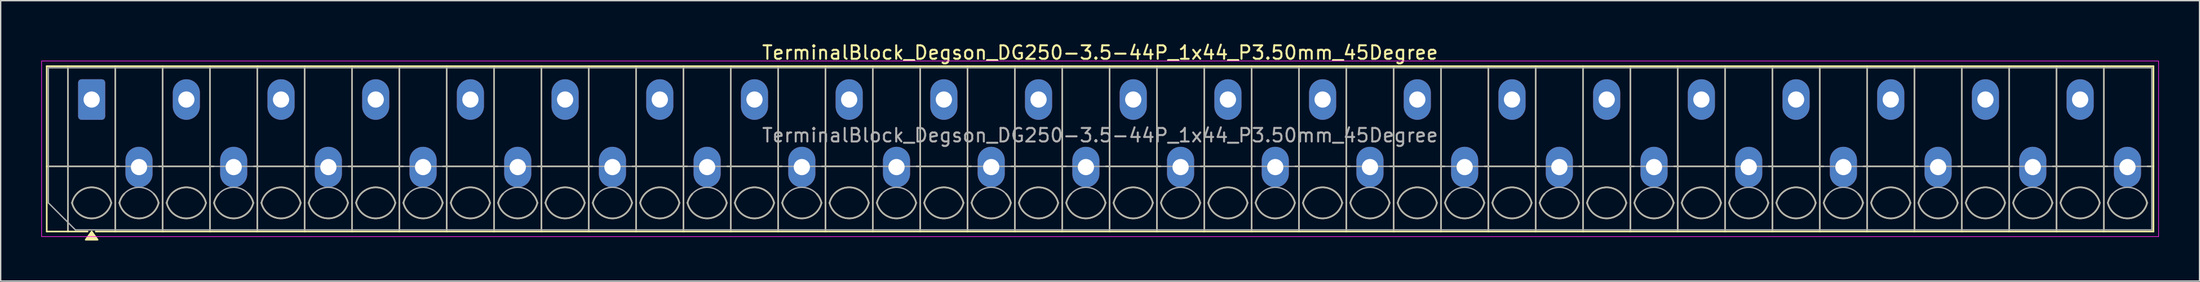
<source format=kicad_pcb>
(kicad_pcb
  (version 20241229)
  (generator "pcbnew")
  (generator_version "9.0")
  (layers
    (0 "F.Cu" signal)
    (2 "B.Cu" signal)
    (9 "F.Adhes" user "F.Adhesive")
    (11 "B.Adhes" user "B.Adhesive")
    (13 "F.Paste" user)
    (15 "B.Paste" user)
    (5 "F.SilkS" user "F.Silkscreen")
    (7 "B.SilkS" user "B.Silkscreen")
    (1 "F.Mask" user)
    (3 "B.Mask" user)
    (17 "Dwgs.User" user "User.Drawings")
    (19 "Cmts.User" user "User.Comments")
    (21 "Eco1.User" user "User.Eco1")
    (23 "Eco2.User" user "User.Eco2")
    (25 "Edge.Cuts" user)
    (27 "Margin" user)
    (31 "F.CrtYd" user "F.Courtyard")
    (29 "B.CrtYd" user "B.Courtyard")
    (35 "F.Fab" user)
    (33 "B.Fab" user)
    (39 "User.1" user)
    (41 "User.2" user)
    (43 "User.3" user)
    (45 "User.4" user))
  (footprint "TerminalBlock_Degson_DG250-3.5-44P_1x44_P3.50mm_45Degree"
    (layer "F.Cu")
    (at 3.725 4.318)
    (property "Reference" "TerminalBlock_Degson_DG250-3.5-44P_1x44_P3.50mm_45Degree" (at 74.55 -3.47 0) (layer "F.SilkS") (effects (font (size 1 1) (thickness 0.15))))
    (attr through_hole)
    (fp_line (start -3.32 -2.47) (end 152.42 -2.47) (stroke (width 0.12) (type solid)) (layer "F.SilkS"))
    (fp_line (start -3.32 4.95) (end 2.02 4.95) (stroke (width 0.12) (type solid)) (layer "F.SilkS"))
    (fp_line (start -3.32 9.77) (end -3.32 -2.47) (stroke (width 0.12) (type solid)) (layer "F.SilkS"))
    (fp_line (start -1.75 -2.47) (end -1.75 9.77) (stroke (width 0.12) (type solid)) (layer "F.SilkS"))
    (fp_line (start -0.3 9.77) (end -3.32 9.77) (stroke (width 0.12) (type solid)) (layer "F.SilkS"))
    (fp_line (start 1.75 -2.47) (end 1.75 9.77) (stroke (width 0.12) (type solid)) (layer "F.SilkS"))
    (fp_line (start 4.98 4.95) (end 9.02 4.95) (stroke (width 0.12) (type solid)) (layer "F.SilkS"))
    (fp_line (start 5.25 -2.47) (end 5.25 9.77) (stroke (width 0.12) (type solid)) (layer "F.SilkS"))
    (fp_line (start 8.75 -2.47) (end 8.75 9.77) (stroke (width 0.12) (type solid)) (layer "F.SilkS"))
    (fp_line (start 11.98 4.95) (end 16.02 4.95) (stroke (width 0.12) (type solid)) (layer "F.SilkS"))
    (fp_line (start 12.25 -2.47) (end 12.25 9.77) (stroke (width 0.12) (type solid)) (layer "F.SilkS"))
    (fp_line (start 15.75 -2.47) (end 15.75 9.77) (stroke (width 0.12) (type solid)) (layer "F.SilkS"))
    (fp_line (start 18.98 4.95) (end 23.02 4.95) (stroke (width 0.12) (type solid)) (layer "F.SilkS"))
    (fp_line (start 19.25 -2.47) (end 19.25 9.77) (stroke (width 0.12) (type solid)) (layer "F.SilkS"))
    (fp_line (start 22.75 -2.47) (end 22.75 9.77) (stroke (width 0.12) (type solid)) (layer "F.SilkS"))
    (fp_line (start 25.98 4.95) (end 30.02 4.95) (stroke (width 0.12) (type solid)) (layer "F.SilkS"))
    (fp_line (start 26.25 -2.47) (end 26.25 9.77) (stroke (width 0.12) (type solid)) (layer "F.SilkS"))
    (fp_line (start 29.75 -2.47) (end 29.75 9.77) (stroke (width 0.12) (type solid)) (layer "F.SilkS"))
    (fp_line (start 32.98 4.95) (end 37.02 4.95) (stroke (width 0.12) (type solid)) (layer "F.SilkS"))
    (fp_line (start 33.25 -2.47) (end 33.25 9.77) (stroke (width 0.12) (type solid)) (layer "F.SilkS"))
    (fp_line (start 36.75 -2.47) (end 36.75 9.77) (stroke (width 0.12) (type solid)) (layer "F.SilkS"))
    (fp_line (start 39.98 4.95) (end 44.02 4.95) (stroke (width 0.12) (type solid)) (layer "F.SilkS"))
    (fp_line (start 40.25 -2.47) (end 40.25 9.77) (stroke (width 0.12) (type solid)) (layer "F.SilkS"))
    (fp_line (start 43.75 -2.47) (end 43.75 9.77) (stroke (width 0.12) (type solid)) (layer "F.SilkS"))
    (fp_line (start 46.98 4.95) (end 51.02 4.95) (stroke (width 0.12) (type solid)) (layer "F.SilkS"))
    (fp_line (start 47.25 -2.47) (end 47.25 9.77) (stroke (width 0.12) (type solid)) (layer "F.SilkS"))
    (fp_line (start 50.75 -2.47) (end 50.75 9.77) (stroke (width 0.12) (type solid)) (layer "F.SilkS"))
    (fp_line (start 53.98 4.95) (end 58.02 4.95) (stroke (width 0.12) (type solid)) (layer "F.SilkS"))
    (fp_line (start 54.25 -2.47) (end 54.25 9.77) (stroke (width 0.12) (type solid)) (layer "F.SilkS"))
    (fp_line (start 57.75 -2.47) (end 57.75 9.77) (stroke (width 0.12) (type solid)) (layer "F.SilkS"))
    (fp_line (start 60.98 4.95) (end 65.02 4.95) (stroke (width 0.12) (type solid)) (layer "F.SilkS"))
    (fp_line (start 61.25 -2.47) (end 61.25 9.77) (stroke (width 0.12) (type solid)) (layer "F.SilkS"))
    (fp_line (start 64.75 -2.47) (end 64.75 9.77) (stroke (width 0.12) (type solid)) (layer "F.SilkS"))
    (fp_line (start 67.98 4.95) (end 72.02 4.95) (stroke (width 0.12) (type solid)) (layer "F.SilkS"))
    (fp_line (start 68.25 -2.47) (end 68.25 9.77) (stroke (width 0.12) (type solid)) (layer "F.SilkS"))
    (fp_line (start 71.75 -2.47) (end 71.75 9.77) (stroke (width 0.12) (type solid)) (layer "F.SilkS"))
    (fp_line (start 74.98 4.95) (end 79.02 4.95) (stroke (width 0.12) (type solid)) (layer "F.SilkS"))
    (fp_line (start 75.25 -2.47) (end 75.25 9.77) (stroke (width 0.12) (type solid)) (layer "F.SilkS"))
    (fp_line (start 78.75 -2.47) (end 78.75 9.77) (stroke (width 0.12) (type solid)) (layer "F.SilkS"))
    (fp_line (start 81.98 4.95) (end 86.02 4.95) (stroke (width 0.12) (type solid)) (layer "F.SilkS"))
    (fp_line (start 82.25 -2.47) (end 82.25 9.77) (stroke (width 0.12) (type solid)) (layer "F.SilkS"))
    (fp_line (start 85.75 -2.47) (end 85.75 9.77) (stroke (width 0.12) (type solid)) (layer "F.SilkS"))
    (fp_line (start 88.98 4.95) (end 93.02 4.95) (stroke (width 0.12) (type solid)) (layer "F.SilkS"))
    (fp_line (start 89.25 -2.47) (end 89.25 9.77) (stroke (width 0.12) (type solid)) (layer "F.SilkS"))
    (fp_line (start 92.75 -2.47) (end 92.75 9.77) (stroke (width 0.12) (type solid)) (layer "F.SilkS"))
    (fp_line (start 95.98 4.95) (end 100.02 4.95) (stroke (width 0.12) (type solid)) (layer "F.SilkS"))
    (fp_line (start 96.25 -2.47) (end 96.25 9.77) (stroke (width 0.12) (type solid)) (layer "F.SilkS"))
    (fp_line (start 99.75 -2.47) (end 99.75 9.77) (stroke (width 0.12) (type solid)) (layer "F.SilkS"))
    (fp_line (start 102.98 4.95) (end 107.02 4.95) (stroke (width 0.12) (type solid)) (layer "F.SilkS"))
    (fp_line (start 103.25 -2.47) (end 103.25 9.77) (stroke (width 0.12) (type solid)) (layer "F.SilkS"))
    (fp_line (start 106.75 -2.47) (end 106.75 9.77) (stroke (width 0.12) (type solid)) (layer "F.SilkS"))
    (fp_line (start 109.98 4.95) (end 114.02 4.95) (stroke (width 0.12) (type solid)) (layer "F.SilkS"))
    (fp_line (start 110.25 -2.47) (end 110.25 9.77) (stroke (width 0.12) (type solid)) (layer "F.SilkS"))
    (fp_line (start 113.75 -2.47) (end 113.75 9.77) (stroke (width 0.12) (type solid)) (layer "F.SilkS"))
    (fp_line (start 116.98 4.95) (end 121.02 4.95) (stroke (width 0.12) (type solid)) (layer "F.SilkS"))
    (fp_line (start 117.25 -2.47) (end 117.25 9.77) (stroke (width 0.12) (type solid)) (layer "F.SilkS"))
    (fp_line (start 120.75 -2.47) (end 120.75 9.77) (stroke (width 0.12) (type solid)) (layer "F.SilkS"))
    (fp_line (start 123.98 4.95) (end 128.02 4.95) (stroke (width 0.12) (type solid)) (layer "F.SilkS"))
    (fp_line (start 124.25 -2.47) (end 124.25 9.77) (stroke (width 0.12) (type solid)) (layer "F.SilkS"))
    (fp_line (start 127.75 -2.47) (end 127.75 9.77) (stroke (width 0.12) (type solid)) (layer "F.SilkS"))
    (fp_line (start 130.98 4.95) (end 135.02 4.95) (stroke (width 0.12) (type solid)) (layer "F.SilkS"))
    (fp_line (start 131.25 -2.47) (end 131.25 9.77) (stroke (width 0.12) (type solid)) (layer "F.SilkS"))
    (fp_line (start 134.75 -2.47) (end 134.75 9.77) (stroke (width 0.12) (type solid)) (layer "F.SilkS"))
    (fp_line (start 137.98 4.95) (end 142.02 4.95) (stroke (width 0.12) (type solid)) (layer "F.SilkS"))
    (fp_line (start 138.25 -2.47) (end 138.25 9.77) (stroke (width 0.12) (type solid)) (layer "F.SilkS"))
    (fp_line (start 141.75 -2.47) (end 141.75 9.77) (stroke (width 0.12) (type solid)) (layer "F.SilkS"))
    (fp_line (start 144.98 4.95) (end 149.02 4.95) (stroke (width 0.12) (type solid)) (layer "F.SilkS"))
    (fp_line (start 145.25 -2.47) (end 145.25 9.77) (stroke (width 0.12) (type solid)) (layer "F.SilkS"))
    (fp_line (start 148.75 -2.47) (end 148.75 9.77) (stroke (width 0.12) (type solid)) (layer "F.SilkS"))
    (fp_line (start 151.98 4.95) (end 152.42 4.95) (stroke (width 0.12) (type solid)) (layer "F.SilkS"))
    (fp_line (start 152.42 -2.47) (end 152.42 9.77) (stroke (width 0.12) (type solid)) (layer "F.SilkS"))
    (fp_line (start 152.42 9.77) (end 0.3 9.77) (stroke (width 0.12) (type solid)) (layer "F.SilkS"))
    (fp_arc (start -1.45 7.65) (mid 0 6.5) (end 1.45 7.65) (stroke (width 0.12) (type solid)) (layer "F.SilkS"))
    (fp_arc (start 1.45 7.65) (mid 0 8.8) (end -1.45 7.65) (stroke (width 0.12) (type solid)) (layer "F.SilkS"))
    (fp_arc (start 2.05 7.65) (mid 2.18402 7.291962) (end 2.405 6.98) (stroke (width 0.12) (type solid)) (layer "F.SilkS"))
    (fp_arc (start 4.595 6.98) (mid 4.81598 7.291962) (end 4.95 7.65) (stroke (width 0.12) (type solid)) (layer "F.SilkS"))
    (fp_arc (start 4.95 7.65) (mid 3.5 8.8) (end 2.05 7.65) (stroke (width 0.12) (type solid)) (layer "F.SilkS"))
    (fp_arc (start 5.55 7.65) (mid 7 6.5) (end 8.45 7.65) (stroke (width 0.12) (type solid)) (layer "F.SilkS"))
    (fp_arc (start 8.45 7.65) (mid 7 8.8) (end 5.55 7.65) (stroke (width 0.12) (type solid)) (layer "F.SilkS"))
    (fp_arc (start 9.05 7.65) (mid 9.18402 7.291962) (end 9.405 6.98) (stroke (width 0.12) (type solid)) (layer "F.SilkS"))
    (fp_arc (start 11.595 6.98) (mid 11.81598 7.291962) (end 11.95 7.65) (stroke (width 0.12) (type solid)) (layer "F.SilkS"))
    (fp_arc (start 11.95 7.65) (mid 10.5 8.8) (end 9.05 7.65) (stroke (width 0.12) (type solid)) (layer "F.SilkS"))
    (fp_arc (start 12.55 7.65) (mid 14 6.5) (end 15.45 7.65) (stroke (width 0.12) (type solid)) (layer "F.SilkS"))
    (fp_arc (start 15.45 7.65) (mid 14 8.8) (end 12.55 7.65) (stroke (width 0.12) (type solid)) (layer "F.SilkS"))
    (fp_arc (start 16.05 7.65) (mid 16.18402 7.291962) (end 16.405 6.98) (stroke (width 0.12) (type solid)) (layer "F.SilkS"))
    (fp_arc (start 18.595 6.98) (mid 18.81598 7.291962) (end 18.95 7.65) (stroke (width 0.12) (type solid)) (layer "F.SilkS"))
    (fp_arc (start 18.95 7.65) (mid 17.5 8.8) (end 16.05 7.65) (stroke (width 0.12) (type solid)) (layer "F.SilkS"))
    (fp_arc (start 19.55 7.65) (mid 21 6.5) (end 22.45 7.65) (stroke (width 0.12) (type solid)) (layer "F.SilkS"))
    (fp_arc (start 22.45 7.65) (mid 21 8.8) (end 19.55 7.65) (stroke (width 0.12) (type solid)) (layer "F.SilkS"))
    (fp_arc (start 23.05 7.65) (mid 23.18402 7.291962) (end 23.405 6.98) (stroke (width 0.12) (type solid)) (layer "F.SilkS"))
    (fp_arc (start 25.595 6.98) (mid 25.81598 7.291962) (end 25.95 7.65) (stroke (width 0.12) (type solid)) (layer "F.SilkS"))
    (fp_arc (start 25.95 7.65) (mid 24.5 8.8) (end 23.05 7.65) (stroke (width 0.12) (type solid)) (layer "F.SilkS"))
    (fp_arc (start 26.55 7.65) (mid 28 6.5) (end 29.45 7.65) (stroke (width 0.12) (type solid)) (layer "F.SilkS"))
    (fp_arc (start 29.45 7.65) (mid 28 8.8) (end 26.55 7.65) (stroke (width 0.12) (type solid)) (layer "F.SilkS"))
    (fp_arc (start 30.05 7.65) (mid 30.18402 7.291962) (end 30.405 6.98) (stroke (width 0.12) (type solid)) (layer "F.SilkS"))
    (fp_arc (start 32.595 6.98) (mid 32.81598 7.291962) (end 32.95 7.65) (stroke (width 0.12) (type solid)) (layer "F.SilkS"))
    (fp_arc (start 32.95 7.65) (mid 31.5 8.8) (end 30.05 7.65) (stroke (width 0.12) (type solid)) (layer "F.SilkS"))
    (fp_arc (start 33.55 7.65) (mid 35 6.5) (end 36.45 7.65) (stroke (width 0.12) (type solid)) (layer "F.SilkS"))
    (fp_arc (start 36.45 7.65) (mid 35 8.8) (end 33.55 7.65) (stroke (width 0.12) (type solid)) (layer "F.SilkS"))
    (fp_arc (start 37.05 7.65) (mid 37.18402 7.291962) (end 37.405 6.98) (stroke (width 0.12) (type solid)) (layer "F.SilkS"))
    (fp_arc (start 39.595 6.98) (mid 39.81598 7.291962) (end 39.95 7.65) (stroke (width 0.12) (type solid)) (layer "F.SilkS"))
    (fp_arc (start 39.95 7.65) (mid 38.5 8.8) (end 37.05 7.65) (stroke (width 0.12) (type solid)) (layer "F.SilkS"))
    (fp_arc (start 40.55 7.65) (mid 42 6.5) (end 43.45 7.65) (stroke (width 0.12) (type solid)) (layer "F.SilkS"))
    (fp_arc (start 43.45 7.65) (mid 42 8.8) (end 40.55 7.65) (stroke (width 0.12) (type solid)) (layer "F.SilkS"))
    (fp_arc (start 44.05 7.65) (mid 44.18402 7.291962) (end 44.405 6.98) (stroke (width 0.12) (type solid)) (layer "F.SilkS"))
    (fp_arc (start 46.595 6.98) (mid 46.81598 7.291962) (end 46.95 7.65) (stroke (width 0.12) (type solid)) (layer "F.SilkS"))
    (fp_arc (start 46.95 7.65) (mid 45.5 8.8) (end 44.05 7.65) (stroke (width 0.12) (type solid)) (layer "F.SilkS"))
    (fp_arc (start 47.55 7.65) (mid 49 6.5) (end 50.45 7.65) (stroke (width 0.12) (type solid)) (layer "F.SilkS"))
    (fp_arc (start 50.45 7.65) (mid 49 8.8) (end 47.55 7.65) (stroke (width 0.12) (type solid)) (layer "F.SilkS"))
    (fp_arc (start 51.05 7.65) (mid 51.18402 7.291962) (end 51.405 6.98) (stroke (width 0.12) (type solid)) (layer "F.SilkS"))
    (fp_arc (start 53.595 6.98) (mid 53.81598 7.291962) (end 53.95 7.65) (stroke (width 0.12) (type solid)) (layer "F.SilkS"))
    (fp_arc (start 53.95 7.65) (mid 52.5 8.8) (end 51.05 7.65) (stroke (width 0.12) (type solid)) (layer "F.SilkS"))
    (fp_arc (start 54.55 7.65) (mid 56 6.5) (end 57.45 7.65) (stroke (width 0.12) (type solid)) (layer "F.SilkS"))
    (fp_arc (start 57.45 7.65) (mid 56 8.8) (end 54.55 7.65) (stroke (width 0.12) (type solid)) (layer "F.SilkS"))
    (fp_arc (start 58.05 7.65) (mid 58.18402 7.291962) (end 58.405 6.98) (stroke (width 0.12) (type solid)) (layer "F.SilkS"))
    (fp_arc (start 60.595 6.98) (mid 60.81598 7.291962) (end 60.95 7.65) (stroke (width 0.12) (type solid)) (layer "F.SilkS"))
    (fp_arc (start 60.95 7.65) (mid 59.5 8.8) (end 58.05 7.65) (stroke (width 0.12) (type solid)) (layer "F.SilkS"))
    (fp_arc (start 61.55 7.65) (mid 63 6.5) (end 64.45 7.65) (stroke (width 0.12) (type solid)) (layer "F.SilkS"))
    (fp_arc (start 64.45 7.65) (mid 63 8.8) (end 61.55 7.65) (stroke (width 0.12) (type solid)) (layer "F.SilkS"))
    (fp_arc (start 65.05 7.65) (mid 65.18402 7.291962) (end 65.405 6.98) (stroke (width 0.12) (type solid)) (layer "F.SilkS"))
    (fp_arc (start 67.595 6.98) (mid 67.81598 7.291962) (end 67.95 7.65) (stroke (width 0.12) (type solid)) (layer "F.SilkS"))
    (fp_arc (start 67.95 7.65) (mid 66.5 8.8) (end 65.05 7.65) (stroke (width 0.12) (type solid)) (layer "F.SilkS"))
    (fp_arc (start 68.55 7.65) (mid 70 6.5) (end 71.45 7.65) (stroke (width 0.12) (type solid)) (layer "F.SilkS"))
    (fp_arc (start 71.45 7.65) (mid 70 8.8) (end 68.55 7.65) (stroke (width 0.12) (type solid)) (layer "F.SilkS"))
    (fp_arc (start 72.05 7.65) (mid 72.18402 7.291962) (end 72.405 6.98) (stroke (width 0.12) (type solid)) (layer "F.SilkS"))
    (fp_arc (start 74.595 6.98) (mid 74.81598 7.291962) (end 74.95 7.65) (stroke (width 0.12) (type solid)) (layer "F.SilkS"))
    (fp_arc (start 74.95 7.65) (mid 73.5 8.8) (end 72.05 7.65) (stroke (width 0.12) (type solid)) (layer "F.SilkS"))
    (fp_arc (start 75.55 7.65) (mid 77 6.5) (end 78.45 7.65) (stroke (width 0.12) (type solid)) (layer "F.SilkS"))
    (fp_arc (start 78.45 7.65) (mid 77 8.8) (end 75.55 7.65) (stroke (width 0.12) (type solid)) (layer "F.SilkS"))
    (fp_arc (start 79.05 7.65) (mid 79.18402 7.291962) (end 79.405 6.98) (stroke (width 0.12) (type solid)) (layer "F.SilkS"))
    (fp_arc (start 81.595 6.98) (mid 81.81598 7.291962) (end 81.95 7.65) (stroke (width 0.12) (type solid)) (layer "F.SilkS"))
    (fp_arc (start 81.95 7.65) (mid 80.5 8.8) (end 79.05 7.65) (stroke (width 0.12) (type solid)) (layer "F.SilkS"))
    (fp_arc (start 82.55 7.65) (mid 84 6.5) (end 85.45 7.65) (stroke (width 0.12) (type solid)) (layer "F.SilkS"))
    (fp_arc (start 85.45 7.65) (mid 84 8.8) (end 82.55 7.65) (stroke (width 0.12) (type solid)) (layer "F.SilkS"))
    (fp_arc (start 86.05 7.65) (mid 86.18402 7.291962) (end 86.405 6.98) (stroke (width 0.12) (type solid)) (layer "F.SilkS"))
    (fp_arc (start 88.595 6.98) (mid 88.81598 7.291962) (end 88.95 7.65) (stroke (width 0.12) (type solid)) (layer "F.SilkS"))
    (fp_arc (start 88.95 7.65) (mid 87.5 8.8) (end 86.05 7.65) (stroke (width 0.12) (type solid)) (layer "F.SilkS"))
    (fp_arc (start 89.55 7.65) (mid 91 6.5) (end 92.45 7.65) (stroke (width 0.12) (type solid)) (layer "F.SilkS"))
    (fp_arc (start 92.45 7.65) (mid 91 8.8) (end 89.55 7.65) (stroke (width 0.12) (type solid)) (layer "F.SilkS"))
    (fp_arc (start 93.05 7.65) (mid 93.18402 7.291962) (end 93.405 6.98) (stroke (width 0.12) (type solid)) (layer "F.SilkS"))
    (fp_arc (start 95.595 6.98) (mid 95.81598 7.291962) (end 95.95 7.65) (stroke (width 0.12) (type solid)) (layer "F.SilkS"))
    (fp_arc (start 95.95 7.65) (mid 94.5 8.8) (end 93.05 7.65) (stroke (width 0.12) (type solid)) (layer "F.SilkS"))
    (fp_arc (start 96.55 7.65) (mid 98 6.5) (end 99.45 7.65) (stroke (width 0.12) (type solid)) (layer "F.SilkS"))
    (fp_arc (start 99.45 7.65) (mid 98 8.8) (end 96.55 7.65) (stroke (width 0.12) (type solid)) (layer "F.SilkS"))
    (fp_arc (start 100.05 7.65) (mid 100.18402 7.291962) (end 100.405 6.98) (stroke (width 0.12) (type solid)) (layer "F.SilkS"))
    (fp_arc (start 102.595 6.98) (mid 102.81598 7.291962) (end 102.95 7.65) (stroke (width 0.12) (type solid)) (layer "F.SilkS"))
    (fp_arc (start 102.95 7.65) (mid 101.5 8.8) (end 100.05 7.65) (stroke (width 0.12) (type solid)) (layer "F.SilkS"))
    (fp_arc (start 103.55 7.65) (mid 105 6.5) (end 106.45 7.65) (stroke (width 0.12) (type solid)) (layer "F.SilkS"))
    (fp_arc (start 106.45 7.65) (mid 105 8.8) (end 103.55 7.65) (stroke (width 0.12) (type solid)) (layer "F.SilkS"))
    (fp_arc (start 107.05 7.65) (mid 107.18402 7.291962) (end 107.405 6.98) (stroke (width 0.12) (type solid)) (layer "F.SilkS"))
    (fp_arc (start 109.595 6.98) (mid 109.81598 7.291962) (end 109.95 7.65) (stroke (width 0.12) (type solid)) (layer "F.SilkS"))
    (fp_arc (start 109.95 7.65) (mid 108.5 8.8) (end 107.05 7.65) (stroke (width 0.12) (type solid)) (layer "F.SilkS"))
    (fp_arc (start 110.55 7.65) (mid 112 6.5) (end 113.45 7.65) (stroke (width 0.12) (type solid)) (layer "F.SilkS"))
    (fp_arc (start 113.45 7.65) (mid 112 8.8) (end 110.55 7.65) (stroke (width 0.12) (type solid)) (layer "F.SilkS"))
    (fp_arc (start 114.05 7.65) (mid 114.18402 7.291962) (end 114.405 6.98) (stroke (width 0.12) (type solid)) (layer "F.SilkS"))
    (fp_arc (start 116.595 6.98) (mid 116.81598 7.291962) (end 116.95 7.65) (stroke (width 0.12) (type solid)) (layer "F.SilkS"))
    (fp_arc (start 116.95 7.65) (mid 115.5 8.8) (end 114.05 7.65) (stroke (width 0.12) (type solid)) (layer "F.SilkS"))
    (fp_arc (start 117.55 7.65) (mid 119 6.5) (end 120.45 7.65) (stroke (width 0.12) (type solid)) (layer "F.SilkS"))
    (fp_arc (start 120.45 7.65) (mid 119 8.8) (end 117.55 7.65) (stroke (width 0.12) (type solid)) (layer "F.SilkS"))
    (fp_arc (start 121.05 7.65) (mid 121.18402 7.291962) (end 121.405 6.98) (stroke (width 0.12) (type solid)) (layer "F.SilkS"))
    (fp_arc (start 123.595 6.98) (mid 123.81598 7.291962) (end 123.95 7.65) (stroke (width 0.12) (type solid)) (layer "F.SilkS"))
    (fp_arc (start 123.95 7.65) (mid 122.5 8.8) (end 121.05 7.65) (stroke (width 0.12) (type solid)) (layer "F.SilkS"))
    (fp_arc (start 124.55 7.65) (mid 126 6.5) (end 127.45 7.65) (stroke (width 0.12) (type solid)) (layer "F.SilkS"))
    (fp_arc (start 127.45 7.65) (mid 126 8.8) (end 124.55 7.65) (stroke (width 0.12) (type solid)) (layer "F.SilkS"))
    (fp_arc (start 128.05 7.65) (mid 128.18402 7.291962) (end 128.405 6.98) (stroke (width 0.12) (type solid)) (layer "F.SilkS"))
    (fp_arc (start 130.595 6.98) (mid 130.81598 7.291962) (end 130.95 7.65) (stroke (width 0.12) (type solid)) (layer "F.SilkS"))
    (fp_arc (start 130.95 7.65) (mid 129.5 8.8) (end 128.05 7.65) (stroke (width 0.12) (type solid)) (layer "F.SilkS"))
    (fp_arc (start 131.55 7.65) (mid 133 6.5) (end 134.45 7.65) (stroke (width 0.12) (type solid)) (layer "F.SilkS"))
    (fp_arc (start 134.45 7.65) (mid 133 8.8) (end 131.55 7.65) (stroke (width 0.12) (type solid)) (layer "F.SilkS"))
    (fp_arc (start 135.05 7.65) (mid 135.18402 7.291962) (end 135.405 6.98) (stroke (width 0.12) (type solid)) (layer "F.SilkS"))
    (fp_arc (start 137.595 6.98) (mid 137.81598 7.291962) (end 137.95 7.65) (stroke (width 0.12) (type solid)) (layer "F.SilkS"))
    (fp_arc (start 137.95 7.65) (mid 136.5 8.8) (end 135.05 7.65) (stroke (width 0.12) (type solid)) (layer "F.SilkS"))
    (fp_arc (start 138.55 7.65) (mid 140 6.5) (end 141.45 7.65) (stroke (width 0.12) (type solid)) (layer "F.SilkS"))
    (fp_arc (start 141.45 7.65) (mid 140 8.8) (end 138.55 7.65) (stroke (width 0.12) (type solid)) (layer "F.SilkS"))
    (fp_arc (start 142.05 7.65) (mid 142.18402 7.291962) (end 142.405 6.98) (stroke (width 0.12) (type solid)) (layer "F.SilkS"))
    (fp_arc (start 144.595 6.98) (mid 144.81598 7.291962) (end 144.95 7.65) (stroke (width 0.12) (type solid)) (layer "F.SilkS"))
    (fp_arc (start 144.95 7.65) (mid 143.5 8.8) (end 142.05 7.65) (stroke (width 0.12) (type solid)) (layer "F.SilkS"))
    (fp_arc (start 145.55 7.65) (mid 147 6.5) (end 148.45 7.65) (stroke (width 0.12) (type solid)) (layer "F.SilkS"))
    (fp_arc (start 148.45 7.65) (mid 147 8.8) (end 145.55 7.65) (stroke (width 0.12) (type solid)) (layer "F.SilkS"))
    (fp_arc (start 149.05 7.65) (mid 149.18402 7.291962) (end 149.405 6.98) (stroke (width 0.12) (type solid)) (layer "F.SilkS"))
    (fp_arc (start 151.595 6.98) (mid 151.81598 7.291962) (end 151.95 7.65) (stroke (width 0.12) (type solid)) (layer "F.SilkS"))
    (fp_arc (start 151.95 7.65) (mid 150.5 8.8) (end 149.05 7.65) (stroke (width 0.12) (type solid)) (layer "F.SilkS"))
    (fp_poly (pts (xy 0 9.77) (xy 0.44 10.38) (xy -0.44 10.38)) (stroke (width 0.12) (type solid)) (fill yes) (layer "F.SilkS"))
    (fp_rect (start -3.7 -2.85) (end 152.8 10.15) (stroke (width 0.05) (type solid)) (fill no) (layer "F.CrtYd"))
    (fp_line (start -3.2 -2.35) (end 152.3 -2.35) (stroke (width 0.1) (type solid)) (layer "F.Fab"))
    (fp_line (start -3.2 4.95) (end 152.3 4.95) (stroke (width 0.1) (type solid)) (layer "F.Fab"))
    (fp_line (start -3.2 7.65) (end -3.2 -2.35) (stroke (width 0.1) (type solid)) (layer "F.Fab"))
    (fp_line (start -1.75 -2.35) (end -1.75 9.65) (stroke (width 0.1) (type solid)) (layer "F.Fab"))
    (fp_line (start -1.2 9.65) (end -3.2 7.65) (stroke (width 0.1) (type solid)) (layer "F.Fab"))
    (fp_line (start 1.75 -2.35) (end 1.75 9.65) (stroke (width 0.1) (type solid)) (layer "F.Fab"))
    (fp_line (start 5.25 -2.35) (end 5.25 9.65) (stroke (width 0.1) (type solid)) (layer "F.Fab"))
    (fp_line (start 8.75 -2.35) (end 8.75 9.65) (stroke (width 0.1) (type solid)) (layer "F.Fab"))
    (fp_line (start 12.25 -2.35) (end 12.25 9.65) (stroke (width 0.1) (type solid)) (layer "F.Fab"))
    (fp_line (start 15.75 -2.35) (end 15.75 9.65) (stroke (width 0.1) (type solid)) (layer "F.Fab"))
    (fp_line (start 19.25 -2.35) (end 19.25 9.65) (stroke (width 0.1) (type solid)) (layer "F.Fab"))
    (fp_line (start 22.75 -2.35) (end 22.75 9.65) (stroke (width 0.1) (type solid)) (layer "F.Fab"))
    (fp_line (start 26.25 -2.35) (end 26.25 9.65) (stroke (width 0.1) (type solid)) (layer "F.Fab"))
    (fp_line (start 29.75 -2.35) (end 29.75 9.65) (stroke (width 0.1) (type solid)) (layer "F.Fab"))
    (fp_line (start 33.25 -2.35) (end 33.25 9.65) (stroke (width 0.1) (type solid)) (layer "F.Fab"))
    (fp_line (start 36.75 -2.35) (end 36.75 9.65) (stroke (width 0.1) (type solid)) (layer "F.Fab"))
    (fp_line (start 40.25 -2.35) (end 40.25 9.65) (stroke (width 0.1) (type solid)) (layer "F.Fab"))
    (fp_line (start 43.75 -2.35) (end 43.75 9.65) (stroke (width 0.1) (type solid)) (layer "F.Fab"))
    (fp_line (start 47.25 -2.35) (end 47.25 9.65) (stroke (width 0.1) (type solid)) (layer "F.Fab"))
    (fp_line (start 50.75 -2.35) (end 50.75 9.65) (stroke (width 0.1) (type solid)) (layer "F.Fab"))
    (fp_line (start 54.25 -2.35) (end 54.25 9.65) (stroke (width 0.1) (type solid)) (layer "F.Fab"))
    (fp_line (start 57.75 -2.35) (end 57.75 9.65) (stroke (width 0.1) (type solid)) (layer "F.Fab"))
    (fp_line (start 61.25 -2.35) (end 61.25 9.65) (stroke (width 0.1) (type solid)) (layer "F.Fab"))
    (fp_line (start 64.75 -2.35) (end 64.75 9.65) (stroke (width 0.1) (type solid)) (layer "F.Fab"))
    (fp_line (start 68.25 -2.35) (end 68.25 9.65) (stroke (width 0.1) (type solid)) (layer "F.Fab"))
    (fp_line (start 71.75 -2.35) (end 71.75 9.65) (stroke (width 0.1) (type solid)) (layer "F.Fab"))
    (fp_line (start 75.25 -2.35) (end 75.25 9.65) (stroke (width 0.1) (type solid)) (layer "F.Fab"))
    (fp_line (start 78.75 -2.35) (end 78.75 9.65) (stroke (width 0.1) (type solid)) (layer "F.Fab"))
    (fp_line (start 82.25 -2.35) (end 82.25 9.65) (stroke (width 0.1) (type solid)) (layer "F.Fab"))
    (fp_line (start 85.75 -2.35) (end 85.75 9.65) (stroke (width 0.1) (type solid)) (layer "F.Fab"))
    (fp_line (start 89.25 -2.35) (end 89.25 9.65) (stroke (width 0.1) (type solid)) (layer "F.Fab"))
    (fp_line (start 92.75 -2.35) (end 92.75 9.65) (stroke (width 0.1) (type solid)) (layer "F.Fab"))
    (fp_line (start 96.25 -2.35) (end 96.25 9.65) (stroke (width 0.1) (type solid)) (layer "F.Fab"))
    (fp_line (start 99.75 -2.35) (end 99.75 9.65) (stroke (width 0.1) (type solid)) (layer "F.Fab"))
    (fp_line (start 103.25 -2.35) (end 103.25 9.65) (stroke (width 0.1) (type solid)) (layer "F.Fab"))
    (fp_line (start 106.75 -2.35) (end 106.75 9.65) (stroke (width 0.1) (type solid)) (layer "F.Fab"))
    (fp_line (start 110.25 -2.35) (end 110.25 9.65) (stroke (width 0.1) (type solid)) (layer "F.Fab"))
    (fp_line (start 113.75 -2.35) (end 113.75 9.65) (stroke (width 0.1) (type solid)) (layer "F.Fab"))
    (fp_line (start 117.25 -2.35) (end 117.25 9.65) (stroke (width 0.1) (type solid)) (layer "F.Fab"))
    (fp_line (start 120.75 -2.35) (end 120.75 9.65) (stroke (width 0.1) (type solid)) (layer "F.Fab"))
    (fp_line (start 124.25 -2.35) (end 124.25 9.65) (stroke (width 0.1) (type solid)) (layer "F.Fab"))
    (fp_line (start 127.75 -2.35) (end 127.75 9.65) (stroke (width 0.1) (type solid)) (layer "F.Fab"))
    (fp_line (start 131.25 -2.35) (end 131.25 9.65) (stroke (width 0.1) (type solid)) (layer "F.Fab"))
    (fp_line (start 134.75 -2.35) (end 134.75 9.65) (stroke (width 0.1) (type solid)) (layer "F.Fab"))
    (fp_line (start 138.25 -2.35) (end 138.25 9.65) (stroke (width 0.1) (type solid)) (layer "F.Fab"))
    (fp_line (start 141.75 -2.35) (end 141.75 9.65) (stroke (width 0.1) (type solid)) (layer "F.Fab"))
    (fp_line (start 145.25 -2.35) (end 145.25 9.65) (stroke (width 0.1) (type solid)) (layer "F.Fab"))
    (fp_line (start 148.75 -2.35) (end 148.75 9.65) (stroke (width 0.1) (type solid)) (layer "F.Fab"))
    (fp_line (start 152.3 -2.35) (end 152.3 9.65) (stroke (width 0.1) (type solid)) (layer "F.Fab"))
    (fp_line (start 152.3 9.65) (end -1.2 9.65) (stroke (width 0.1) (type solid)) (layer "F.Fab"))
    (fp_arc (start -1.45 7.65) (mid 0 6.5) (end 1.45 7.65) (stroke (width 0.1) (type solid)) (layer "F.Fab"))
    (fp_arc (start 1.45 7.65) (mid 0 8.8) (end -1.45 7.65) (stroke (width 0.1) (type solid)) (layer "F.Fab"))
    (fp_arc (start 2.05 7.65) (mid 3.5 6.5) (end 4.95 7.65) (stroke (width 0.1) (type solid)) (layer "F.Fab"))
    (fp_arc (start 4.95 7.65) (mid 3.5 8.8) (end 2.05 7.65) (stroke (width 0.1) (type solid)) (layer "F.Fab"))
    (fp_arc (start 5.55 7.65) (mid 7 6.5) (end 8.45 7.65) (stroke (width 0.1) (type solid)) (layer "F.Fab"))
    (fp_arc (start 8.45 7.65) (mid 7 8.8) (end 5.55 7.65) (stroke (width 0.1) (type solid)) (layer "F.Fab"))
    (fp_arc (start 9.05 7.65) (mid 10.5 6.5) (end 11.95 7.65) (stroke (width 0.1) (type solid)) (layer "F.Fab"))
    (fp_arc (start 11.95 7.65) (mid 10.5 8.8) (end 9.05 7.65) (stroke (width 0.1) (type solid)) (layer "F.Fab"))
    (fp_arc (start 12.55 7.65) (mid 14 6.5) (end 15.45 7.65) (stroke (width 0.1) (type solid)) (layer "F.Fab"))
    (fp_arc (start 15.45 7.65) (mid 14 8.8) (end 12.55 7.65) (stroke (width 0.1) (type solid)) (layer "F.Fab"))
    (fp_arc (start 16.05 7.65) (mid 17.5 6.5) (end 18.95 7.65) (stroke (width 0.1) (type solid)) (layer "F.Fab"))
    (fp_arc (start 18.95 7.65) (mid 17.5 8.8) (end 16.05 7.65) (stroke (width 0.1) (type solid)) (layer "F.Fab"))
    (fp_arc (start 19.55 7.65) (mid 21 6.5) (end 22.45 7.65) (stroke (width 0.1) (type solid)) (layer "F.Fab"))
    (fp_arc (start 22.45 7.65) (mid 21 8.8) (end 19.55 7.65) (stroke (width 0.1) (type solid)) (layer "F.Fab"))
    (fp_arc (start 23.05 7.65) (mid 24.5 6.5) (end 25.95 7.65) (stroke (width 0.1) (type solid)) (layer "F.Fab"))
    (fp_arc (start 25.95 7.65) (mid 24.5 8.8) (end 23.05 7.65) (stroke (width 0.1) (type solid)) (layer "F.Fab"))
    (fp_arc (start 26.55 7.65) (mid 28 6.5) (end 29.45 7.65) (stroke (width 0.1) (type solid)) (layer "F.Fab"))
    (fp_arc (start 29.45 7.65) (mid 28 8.8) (end 26.55 7.65) (stroke (width 0.1) (type solid)) (layer "F.Fab"))
    (fp_arc (start 30.05 7.65) (mid 31.5 6.5) (end 32.95 7.65) (stroke (width 0.1) (type solid)) (layer "F.Fab"))
    (fp_arc (start 32.95 7.65) (mid 31.5 8.8) (end 30.05 7.65) (stroke (width 0.1) (type solid)) (layer "F.Fab"))
    (fp_arc (start 33.55 7.65) (mid 35 6.5) (end 36.45 7.65) (stroke (width 0.1) (type solid)) (layer "F.Fab"))
    (fp_arc (start 36.45 7.65) (mid 35 8.8) (end 33.55 7.65) (stroke (width 0.1) (type solid)) (layer "F.Fab"))
    (fp_arc (start 37.05 7.65) (mid 38.5 6.5) (end 39.95 7.65) (stroke (width 0.1) (type solid)) (layer "F.Fab"))
    (fp_arc (start 39.95 7.65) (mid 38.5 8.8) (end 37.05 7.65) (stroke (width 0.1) (type solid)) (layer "F.Fab"))
    (fp_arc (start 40.55 7.65) (mid 42 6.5) (end 43.45 7.65) (stroke (width 0.1) (type solid)) (layer "F.Fab"))
    (fp_arc (start 43.45 7.65) (mid 42 8.8) (end 40.55 7.65) (stroke (width 0.1) (type solid)) (layer "F.Fab"))
    (fp_arc (start 44.05 7.65) (mid 45.5 6.5) (end 46.95 7.65) (stroke (width 0.1) (type solid)) (layer "F.Fab"))
    (fp_arc (start 46.95 7.65) (mid 45.5 8.8) (end 44.05 7.65) (stroke (width 0.1) (type solid)) (layer "F.Fab"))
    (fp_arc (start 47.55 7.65) (mid 49 6.5) (end 50.45 7.65) (stroke (width 0.1) (type solid)) (layer "F.Fab"))
    (fp_arc (start 50.45 7.65) (mid 49 8.8) (end 47.55 7.65) (stroke (width 0.1) (type solid)) (layer "F.Fab"))
    (fp_arc (start 51.05 7.65) (mid 52.5 6.5) (end 53.95 7.65) (stroke (width 0.1) (type solid)) (layer "F.Fab"))
    (fp_arc (start 53.95 7.65) (mid 52.5 8.8) (end 51.05 7.65) (stroke (width 0.1) (type solid)) (layer "F.Fab"))
    (fp_arc (start 54.55 7.65) (mid 56 6.5) (end 57.45 7.65) (stroke (width 0.1) (type solid)) (layer "F.Fab"))
    (fp_arc (start 57.45 7.65) (mid 56 8.8) (end 54.55 7.65) (stroke (width 0.1) (type solid)) (layer "F.Fab"))
    (fp_arc (start 58.05 7.65) (mid 59.5 6.5) (end 60.95 7.65) (stroke (width 0.1) (type solid)) (layer "F.Fab"))
    (fp_arc (start 60.95 7.65) (mid 59.5 8.8) (end 58.05 7.65) (stroke (width 0.1) (type solid)) (layer "F.Fab"))
    (fp_arc (start 61.55 7.65) (mid 63 6.5) (end 64.45 7.65) (stroke (width 0.1) (type solid)) (layer "F.Fab"))
    (fp_arc (start 64.45 7.65) (mid 63 8.8) (end 61.55 7.65) (stroke (width 0.1) (type solid)) (layer "F.Fab"))
    (fp_arc (start 65.05 7.65) (mid 66.5 6.5) (end 67.95 7.65) (stroke (width 0.1) (type solid)) (layer "F.Fab"))
    (fp_arc (start 67.95 7.65) (mid 66.5 8.8) (end 65.05 7.65) (stroke (width 0.1) (type solid)) (layer "F.Fab"))
    (fp_arc (start 68.55 7.65) (mid 70 6.5) (end 71.45 7.65) (stroke (width 0.1) (type solid)) (layer "F.Fab"))
    (fp_arc (start 71.45 7.65) (mid 70 8.8) (end 68.55 7.65) (stroke (width 0.1) (type solid)) (layer "F.Fab"))
    (fp_arc (start 72.05 7.65) (mid 73.5 6.5) (end 74.95 7.65) (stroke (width 0.1) (type solid)) (layer "F.Fab"))
    (fp_arc (start 74.95 7.65) (mid 73.5 8.8) (end 72.05 7.65) (stroke (width 0.1) (type solid)) (layer "F.Fab"))
    (fp_arc (start 75.55 7.65) (mid 77 6.5) (end 78.45 7.65) (stroke (width 0.1) (type solid)) (layer "F.Fab"))
    (fp_arc (start 78.45 7.65) (mid 77 8.8) (end 75.55 7.65) (stroke (width 0.1) (type solid)) (layer "F.Fab"))
    (fp_arc (start 79.05 7.65) (mid 80.5 6.5) (end 81.95 7.65) (stroke (width 0.1) (type solid)) (layer "F.Fab"))
    (fp_arc (start 81.95 7.65) (mid 80.5 8.8) (end 79.05 7.65) (stroke (width 0.1) (type solid)) (layer "F.Fab"))
    (fp_arc (start 82.55 7.65) (mid 84 6.5) (end 85.45 7.65) (stroke (width 0.1) (type solid)) (layer "F.Fab"))
    (fp_arc (start 85.45 7.65) (mid 84 8.8) (end 82.55 7.65) (stroke (width 0.1) (type solid)) (layer "F.Fab"))
    (fp_arc (start 86.05 7.65) (mid 87.5 6.5) (end 88.95 7.65) (stroke (width 0.1) (type solid)) (layer "F.Fab"))
    (fp_arc (start 88.95 7.65) (mid 87.5 8.8) (end 86.05 7.65) (stroke (width 0.1) (type solid)) (layer "F.Fab"))
    (fp_arc (start 89.55 7.65) (mid 91 6.5) (end 92.45 7.65) (stroke (width 0.1) (type solid)) (layer "F.Fab"))
    (fp_arc (start 92.45 7.65) (mid 91 8.8) (end 89.55 7.65) (stroke (width 0.1) (type solid)) (layer "F.Fab"))
    (fp_arc (start 93.05 7.65) (mid 94.5 6.5) (end 95.95 7.65) (stroke (width 0.1) (type solid)) (layer "F.Fab"))
    (fp_arc (start 95.95 7.65) (mid 94.5 8.8) (end 93.05 7.65) (stroke (width 0.1) (type solid)) (layer "F.Fab"))
    (fp_arc (start 96.55 7.65) (mid 98 6.5) (end 99.45 7.65) (stroke (width 0.1) (type solid)) (layer "F.Fab"))
    (fp_arc (start 99.45 7.65) (mid 98 8.8) (end 96.55 7.65) (stroke (width 0.1) (type solid)) (layer "F.Fab"))
    (fp_arc (start 100.05 7.65) (mid 101.5 6.5) (end 102.95 7.65) (stroke (width 0.1) (type solid)) (layer "F.Fab"))
    (fp_arc (start 102.95 7.65) (mid 101.5 8.8) (end 100.05 7.65) (stroke (width 0.1) (type solid)) (layer "F.Fab"))
    (fp_arc (start 103.55 7.65) (mid 105 6.5) (end 106.45 7.65) (stroke (width 0.1) (type solid)) (layer "F.Fab"))
    (fp_arc (start 106.45 7.65) (mid 105 8.8) (end 103.55 7.65) (stroke (width 0.1) (type solid)) (layer "F.Fab"))
    (fp_arc (start 107.05 7.65) (mid 108.5 6.5) (end 109.95 7.65) (stroke (width 0.1) (type solid)) (layer "F.Fab"))
    (fp_arc (start 109.95 7.65) (mid 108.5 8.8) (end 107.05 7.65) (stroke (width 0.1) (type solid)) (layer "F.Fab"))
    (fp_arc (start 110.55 7.65) (mid 112 6.5) (end 113.45 7.65) (stroke (width 0.1) (type solid)) (layer "F.Fab"))
    (fp_arc (start 113.45 7.65) (mid 112 8.8) (end 110.55 7.65) (stroke (width 0.1) (type solid)) (layer "F.Fab"))
    (fp_arc (start 114.05 7.65) (mid 115.5 6.5) (end 116.95 7.65) (stroke (width 0.1) (type solid)) (layer "F.Fab"))
    (fp_arc (start 116.95 7.65) (mid 115.5 8.8) (end 114.05 7.65) (stroke (width 0.1) (type solid)) (layer "F.Fab"))
    (fp_arc (start 117.55 7.65) (mid 119 6.5) (end 120.45 7.65) (stroke (width 0.1) (type solid)) (layer "F.Fab"))
    (fp_arc (start 120.45 7.65) (mid 119 8.8) (end 117.55 7.65) (stroke (width 0.1) (type solid)) (layer "F.Fab"))
    (fp_arc (start 121.05 7.65) (mid 122.5 6.5) (end 123.95 7.65) (stroke (width 0.1) (type solid)) (layer "F.Fab"))
    (fp_arc (start 123.95 7.65) (mid 122.5 8.8) (end 121.05 7.65) (stroke (width 0.1) (type solid)) (layer "F.Fab"))
    (fp_arc (start 124.55 7.65) (mid 126 6.5) (end 127.45 7.65) (stroke (width 0.1) (type solid)) (layer "F.Fab"))
    (fp_arc (start 127.45 7.65) (mid 126 8.8) (end 124.55 7.65) (stroke (width 0.1) (type solid)) (layer "F.Fab"))
    (fp_arc (start 128.05 7.65) (mid 129.5 6.5) (end 130.95 7.65) (stroke (width 0.1) (type solid)) (layer "F.Fab"))
    (fp_arc (start 130.95 7.65) (mid 129.5 8.8) (end 128.05 7.65) (stroke (width 0.1) (type solid)) (layer "F.Fab"))
    (fp_arc (start 131.55 7.65) (mid 133 6.5) (end 134.45 7.65) (stroke (width 0.1) (type solid)) (layer "F.Fab"))
    (fp_arc (start 134.45 7.65) (mid 133 8.8) (end 131.55 7.65) (stroke (width 0.1) (type solid)) (layer "F.Fab"))
    (fp_arc (start 135.05 7.65) (mid 136.5 6.5) (end 137.95 7.65) (stroke (width 0.1) (type solid)) (layer "F.Fab"))
    (fp_arc (start 137.95 7.65) (mid 136.5 8.8) (end 135.05 7.65) (stroke (width 0.1) (type solid)) (layer "F.Fab"))
    (fp_arc (start 138.55 7.65) (mid 140 6.5) (end 141.45 7.65) (stroke (width 0.1) (type solid)) (layer "F.Fab"))
    (fp_arc (start 141.45 7.65) (mid 140 8.8) (end 138.55 7.65) (stroke (width 0.1) (type solid)) (layer "F.Fab"))
    (fp_arc (start 142.05 7.65) (mid 143.5 6.5) (end 144.95 7.65) (stroke (width 0.1) (type solid)) (layer "F.Fab"))
    (fp_arc (start 144.95 7.65) (mid 143.5 8.8) (end 142.05 7.65) (stroke (width 0.1) (type solid)) (layer "F.Fab"))
    (fp_arc (start 145.55 7.65) (mid 147 6.5) (end 148.45 7.65) (stroke (width 0.1) (type solid)) (layer "F.Fab"))
    (fp_arc (start 148.45 7.65) (mid 147 8.8) (end 145.55 7.65) (stroke (width 0.1) (type solid)) (layer "F.Fab"))
    (fp_arc (start 149.05 7.65) (mid 150.5 6.5) (end 151.95 7.65) (stroke (width 0.1) (type solid)) (layer "F.Fab"))
    (fp_arc (start 151.95 7.65) (mid 150.5 8.8) (end 149.05 7.65) (stroke (width 0.1) (type solid)) (layer "F.Fab"))
    (fp_text user "${REFERENCE}" (at 74.55 2.65 0) (layer "F.Fab") (effects (font (size 1 1) (thickness 0.15))))
    (pad "1" thru_hole roundrect (at 0 0) (size 2 3) (drill 1.2) (layers "*.Cu" "*.Mask") (roundrect_rratio 0.125))
    (pad "2" thru_hole oval (at 3.5 5) (size 2 3) (drill 1.2) (layers "*.Cu" "*.Mask"))
    (pad "3" thru_hole oval (at 7 0) (size 2 3) (drill 1.2) (layers "*.Cu" "*.Mask"))
    (pad "4" thru_hole oval (at 10.5 5) (size 2 3) (drill 1.2) (layers "*.Cu" "*.Mask"))
    (pad "5" thru_hole oval (at 14 0) (size 2 3) (drill 1.2) (layers "*.Cu" "*.Mask"))
    (pad "6" thru_hole oval (at 17.5 5) (size 2 3) (drill 1.2) (layers "*.Cu" "*.Mask"))
    (pad "7" thru_hole oval (at 21 0) (size 2 3) (drill 1.2) (layers "*.Cu" "*.Mask"))
    (pad "8" thru_hole oval (at 24.5 5) (size 2 3) (drill 1.2) (layers "*.Cu" "*.Mask"))
    (pad "9" thru_hole oval (at 28 0) (size 2 3) (drill 1.2) (layers "*.Cu" "*.Mask"))
    (pad "10" thru_hole oval (at 31.5 5) (size 2 3) (drill 1.2) (layers "*.Cu" "*.Mask"))
    (pad "11" thru_hole oval (at 35 0) (size 2 3) (drill 1.2) (layers "*.Cu" "*.Mask"))
    (pad "12" thru_hole oval (at 38.5 5) (size 2 3) (drill 1.2) (layers "*.Cu" "*.Mask"))
    (pad "13" thru_hole oval (at 42 0) (size 2 3) (drill 1.2) (layers "*.Cu" "*.Mask"))
    (pad "14" thru_hole oval (at 45.5 5) (size 2 3) (drill 1.2) (layers "*.Cu" "*.Mask"))
    (pad "15" thru_hole oval (at 49 0) (size 2 3) (drill 1.2) (layers "*.Cu" "*.Mask"))
    (pad "16" thru_hole oval (at 52.5 5) (size 2 3) (drill 1.2) (layers "*.Cu" "*.Mask"))
    (pad "17" thru_hole oval (at 56 0) (size 2 3) (drill 1.2) (layers "*.Cu" "*.Mask"))
    (pad "18" thru_hole oval (at 59.5 5) (size 2 3) (drill 1.2) (layers "*.Cu" "*.Mask"))
    (pad "19" thru_hole oval (at 63 0) (size 2 3) (drill 1.2) (layers "*.Cu" "*.Mask"))
    (pad "20" thru_hole oval (at 66.5 5) (size 2 3) (drill 1.2) (layers "*.Cu" "*.Mask"))
    (pad "21" thru_hole oval (at 70 0) (size 2 3) (drill 1.2) (layers "*.Cu" "*.Mask"))
    (pad "22" thru_hole oval (at 73.5 5) (size 2 3) (drill 1.2) (layers "*.Cu" "*.Mask"))
    (pad "23" thru_hole oval (at 77 0) (size 2 3) (drill 1.2) (layers "*.Cu" "*.Mask"))
    (pad "24" thru_hole oval (at 80.5 5) (size 2 3) (drill 1.2) (layers "*.Cu" "*.Mask"))
    (pad "25" thru_hole oval (at 84 0) (size 2 3) (drill 1.2) (layers "*.Cu" "*.Mask"))
    (pad "26" thru_hole oval (at 87.5 5) (size 2 3) (drill 1.2) (layers "*.Cu" "*.Mask"))
    (pad "27" thru_hole oval (at 91 0) (size 2 3) (drill 1.2) (layers "*.Cu" "*.Mask"))
    (pad "28" thru_hole oval (at 94.5 5) (size 2 3) (drill 1.2) (layers "*.Cu" "*.Mask"))
    (pad "29" thru_hole oval (at 98 0) (size 2 3) (drill 1.2) (layers "*.Cu" "*.Mask"))
    (pad "30" thru_hole oval (at 101.5 5) (size 2 3) (drill 1.2) (layers "*.Cu" "*.Mask"))
    (pad "31" thru_hole oval (at 105 0) (size 2 3) (drill 1.2) (layers "*.Cu" "*.Mask"))
    (pad "32" thru_hole oval (at 108.5 5) (size 2 3) (drill 1.2) (layers "*.Cu" "*.Mask"))
    (pad "33" thru_hole oval (at 112 0) (size 2 3) (drill 1.2) (layers "*.Cu" "*.Mask"))
    (pad "34" thru_hole oval (at 115.5 5) (size 2 3) (drill 1.2) (layers "*.Cu" "*.Mask"))
    (pad "35" thru_hole oval (at 119 0) (size 2 3) (drill 1.2) (layers "*.Cu" "*.Mask"))
    (pad "36" thru_hole oval (at 122.5 5) (size 2 3) (drill 1.2) (layers "*.Cu" "*.Mask"))
    (pad "37" thru_hole oval (at 126 0) (size 2 3) (drill 1.2) (layers "*.Cu" "*.Mask"))
    (pad "38" thru_hole oval (at 129.5 5) (size 2 3) (drill 1.2) (layers "*.Cu" "*.Mask"))
    (pad "39" thru_hole oval (at 133 0) (size 2 3) (drill 1.2) (layers "*.Cu" "*.Mask"))
    (pad "40" thru_hole oval (at 136.5 5) (size 2 3) (drill 1.2) (layers "*.Cu" "*.Mask"))
    (pad "41" thru_hole oval (at 140 0) (size 2 3) (drill 1.2) (layers "*.Cu" "*.Mask"))
    (pad "42" thru_hole oval (at 143.5 5) (size 2 3) (drill 1.2) (layers "*.Cu" "*.Mask"))
    (pad "43" thru_hole oval (at 147 0) (size 2 3) (drill 1.2) (layers "*.Cu" "*.Mask"))
    (pad "44" thru_hole oval (at 150.5 5) (size 2 3) (drill 1.2) (layers "*.Cu" "*.Mask")))
  (gr_rect
    (start -3 -3)
    (end 159.55 17.758)
    (stroke (width 0.1) (type default))
    (fill no)
    (layer "Edge.Cuts")))
</source>
